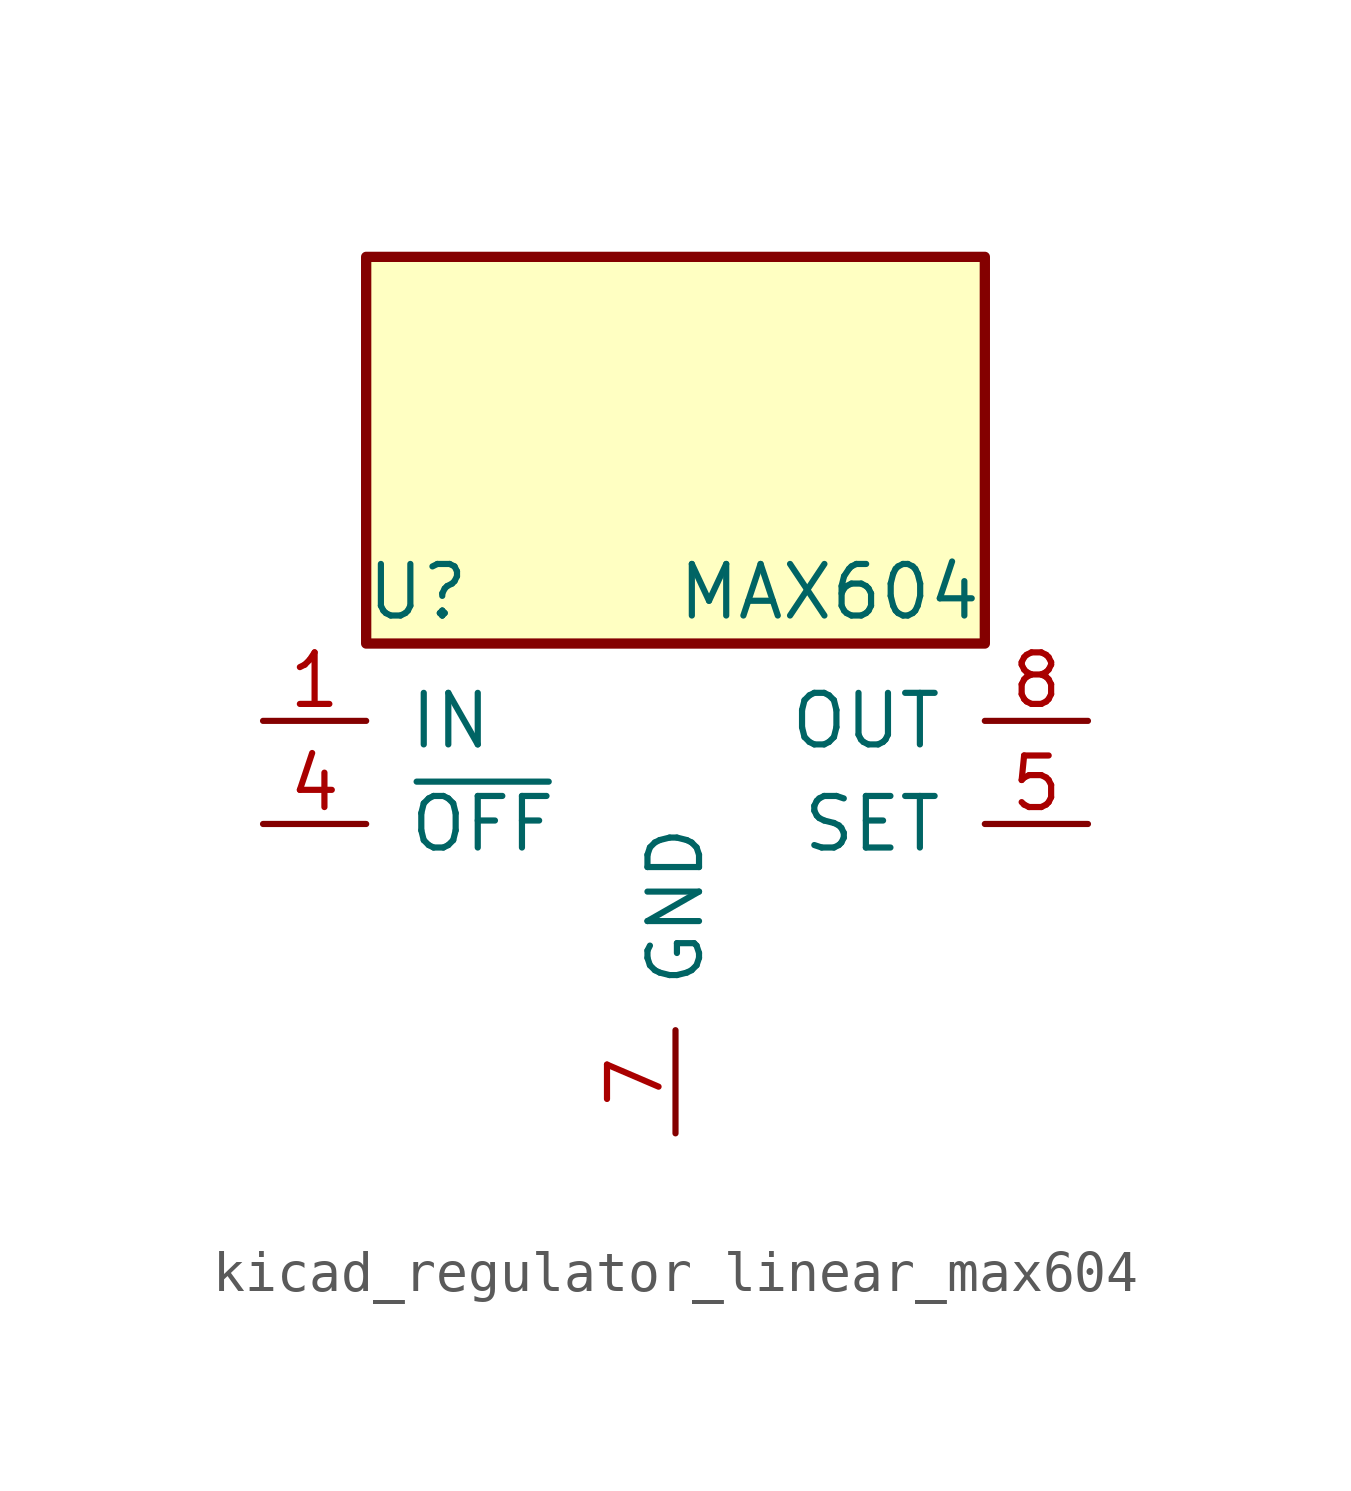
<source format=kicad_sym>
(kicad_symbol_lib
  (version 20220914)
  (generator kicad_symbol_editor)
  (symbol "kicad_regulator_linear_max604"
    (pin_names
      (offset 1.016))
    (property "Reference" "U"
      (at -6.35 5.715 0)
      (effects (font (size 1.27 1.27))))
    (property "Value" "MAX604"
      (at 0 5.715 0)
      (effects (font (size 1.27 1.27)) (justify left)))
    (symbol "kicad_regulator_linear_max604_0_1"
      (rectangle (start 7.62 13.97) (end -7.62 4.445) (stroke (width 0.254) (type default)) (fill (type background))))
    (symbol "kicad_regulator_linear_max604_1_1"
      (pin power_in line (at -10.16 2.54 0) (length 2.54) (name "IN" (effects (font (size 1.27 1.27)))) (number "1" (effects (font (size 1.27 1.27)))))
      (pin passive line (at 0 -7.62 90) (length 2.54) hide (name "GND" (effects (font (size 1.27 1.27)))) (number "2" (effects (font (size 1.27 1.27)))))
      (pin passive line (at 0 -7.62 90) (length 2.54) hide (name "GND" (effects (font (size 1.27 1.27)))) (number "3" (effects (font (size 1.27 1.27)))))
      (pin input line (at -10.16 0 0) (length 2.54) (name "~{OFF}" (effects (font (size 1.27 1.27)))) (number "4" (effects (font (size 1.27 1.27)))))
      (pin passive line (at 10.16 0 180) (length 2.54) (name "SET" (effects (font (size 1.27 1.27)))) (number "5" (effects (font (size 1.27 1.27)))))
      (pin passive line (at 0 -7.62 90) (length 2.54) hide (name "GND" (effects (font (size 1.27 1.27)))) (number "6" (effects (font (size 1.27 1.27)))))
      (pin power_in line (at 0 -7.62 90) (length 2.54) (name "GND" (effects (font (size 1.27 1.27)))) (number "7" (effects (font (size 1.27 1.27)))))
      (pin power_out line (at 10.16 2.54 180) (length 2.54) (name "OUT" (effects (font (size 1.27 1.27)))) (number "8" (effects (font (size 1.27 1.27))))))))
</source>
